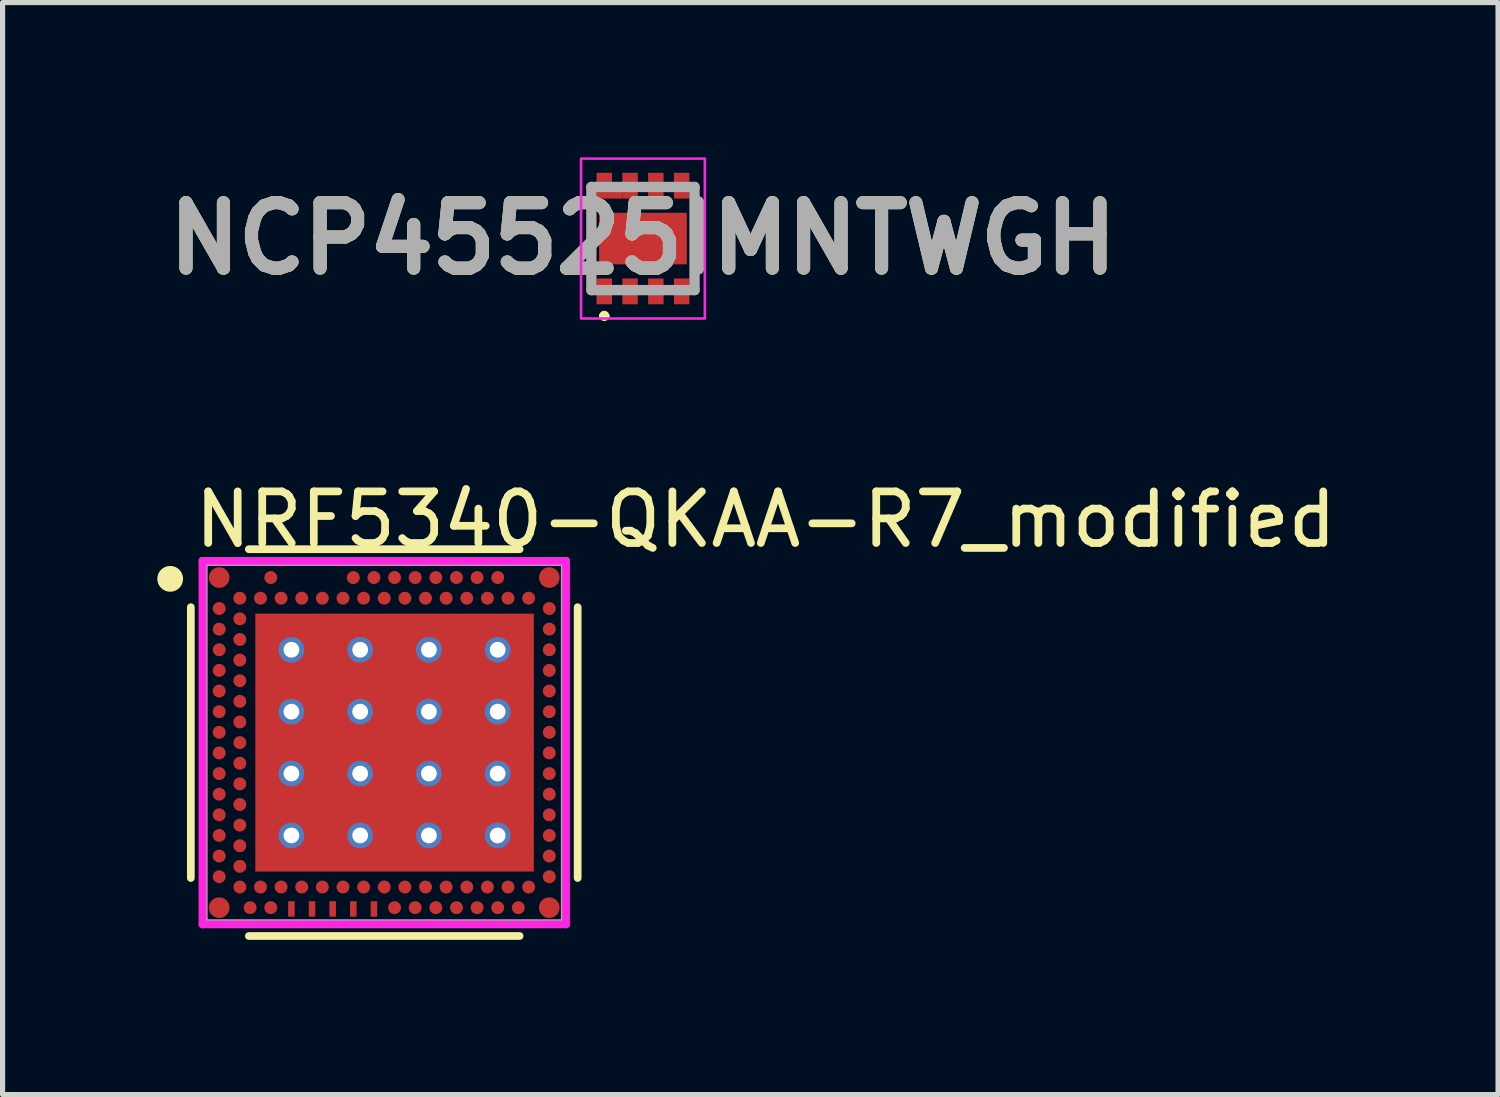
<source format=kicad_pcb>
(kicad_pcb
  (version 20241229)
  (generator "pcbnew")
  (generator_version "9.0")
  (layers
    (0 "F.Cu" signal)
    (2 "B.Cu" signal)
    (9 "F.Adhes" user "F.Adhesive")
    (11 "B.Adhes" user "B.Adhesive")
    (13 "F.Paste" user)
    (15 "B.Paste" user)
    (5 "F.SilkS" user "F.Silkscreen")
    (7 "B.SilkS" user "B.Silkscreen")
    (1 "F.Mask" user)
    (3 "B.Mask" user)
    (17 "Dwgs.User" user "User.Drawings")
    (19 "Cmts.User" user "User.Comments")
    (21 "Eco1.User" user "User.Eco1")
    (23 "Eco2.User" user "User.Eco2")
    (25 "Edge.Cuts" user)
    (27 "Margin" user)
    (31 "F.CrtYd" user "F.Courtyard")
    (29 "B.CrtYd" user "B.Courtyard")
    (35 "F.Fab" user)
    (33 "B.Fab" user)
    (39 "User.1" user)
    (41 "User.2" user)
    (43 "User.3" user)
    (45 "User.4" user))
  (footprint "NCP45525IMNTWGH"
    (layer "F.Cu")
    (at 9.416 1.575)
    (property "Reference" "NCP45525IMNTWGH" (at 0 0 0) (layer "F.SilkS") (effects (font (size 1.27 1.27) (thickness 0.254))))
    (attr smd)
    (fp_line (start -0.8 1.5) (end -0.8 1.5) (stroke (width 0.1) (type solid)) (layer "F.SilkS"))
    (fp_line (start -0.7 1.5) (end -0.7 1.5) (stroke (width 0.1) (type solid)) (layer "F.SilkS"))
    (fp_arc (start -0.8 1.5) (mid -0.75 1.45) (end -0.7 1.5) (stroke (width 0.1) (type solid)) (layer "F.SilkS"))
    (fp_arc (start -0.7 1.5) (mid -0.75 1.55) (end -0.8 1.5) (stroke (width 0.1) (type solid)) (layer "F.SilkS"))
    (fp_rect (start -1.2 -1.55) (end 1.2 1.55) (stroke (width 0.05) (type default)) (fill no) (layer "F.CrtYd"))
    (fp_line (start -1 -1) (end -1 1) (stroke (width 0.2) (type solid)) (layer "F.Fab"))
    (fp_line (start -1 1) (end 1 1) (stroke (width 0.2) (type solid)) (layer "F.Fab"))
    (fp_line (start 1 -1) (end -1 -1) (stroke (width 0.2) (type solid)) (layer "F.Fab"))
    (fp_line (start 1 1) (end 1 -1) (stroke (width 0.2) (type solid)) (layer "F.Fab"))
    (fp_text user "${REFERENCE}" (at 0 0 0) (layer "F.Fab") (effects (font (size 1.27 1.27) (thickness 0.254))))
    (pad "1" smd rect (at -0.75 1.025) (size 0.3 0.5) (layers "F.Cu" "F.Mask" "F.Paste"))
    (pad "2" smd rect (at -0.25 1.025) (size 0.3 0.5) (layers "F.Cu" "F.Mask" "F.Paste"))
    (pad "3" smd rect (at 0.25 1.025) (size 0.3 0.5) (layers "F.Cu" "F.Mask" "F.Paste"))
    (pad "4" smd rect (at 0.75 1.025) (size 0.3 0.5) (layers "F.Cu" "F.Mask" "F.Paste"))
    (pad "5" smd rect (at 0.75 -1.025) (size 0.3 0.5) (layers "F.Cu" "F.Mask" "F.Paste"))
    (pad "6" smd rect (at 0.25 -1.025) (size 0.3 0.5) (layers "F.Cu" "F.Mask" "F.Paste"))
    (pad "7" smd rect (at -0.25 -1.025) (size 0.3 0.5) (layers "F.Cu" "F.Mask" "F.Paste"))
    (pad "8" smd custom (at -0.75 -1.025) (size 0.3 0.5) (layers "F.Cu" "F.Mask" "F.Paste") (options (anchor rect)) (primitives (gr_poly (pts (xy 0.15 0.25) (xy 0.35 0.25) (xy 0.35 0) (xy 0.15 0)) (width 0) (fill yes))))
    (pad "9" smd rect (at 0 0 90) (size 1 1.7) (layers "F.Cu" "F.Mask" "F.Paste")))
  (footprint "NRF5340-QKAA-R7_modified"
    (layer "F.Cu")
    (at 4.4 11.348)
    (property "Reference" "NRF5340-QKAA-R7_modified" (at -3.75 -4.325 0) (layer "F.SilkS") (effects (font (size 1 1) (thickness 0.15)) (justify left)))
    (attr smd)
    (fp_line (start -3.75 2.625) (end -3.75 -2.625) (stroke (width 0.15) (type solid)) (layer "F.SilkS"))
    (fp_line (start -2.625 -3.75) (end 2.625 -3.75) (stroke (width 0.15) (type solid)) (layer "F.SilkS"))
    (fp_line (start -2.625 3.75) (end 2.625 3.75) (stroke (width 0.15) (type solid)) (layer "F.SilkS"))
    (fp_line (start 3.75 2.625) (end 3.75 -2.625) (stroke (width 0.15) (type solid)) (layer "F.SilkS"))
    (fp_circle (center -4.15 -3.175) (end -4.025 -3.175) (stroke (width 0.25) (type solid)) (fill no) (layer "F.SilkS"))
    (fp_line (start -3.525 -3.525) (end -3.525 3.525) (stroke (width 0.15) (type solid)) (layer "F.CrtYd"))
    (fp_line (start -3.525 3.525) (end 3.525 3.525) (stroke (width 0.15) (type solid)) (layer "F.CrtYd"))
    (fp_line (start 3.525 -3.525) (end -3.525 -3.525) (stroke (width 0.15) (type solid)) (layer "F.CrtYd"))
    (fp_line (start 3.525 -3.525) (end 3.525 -3.525) (stroke (width 0.15) (type solid)) (layer "F.CrtYd"))
    (fp_line (start 3.525 3.525) (end 3.525 -3.525) (stroke (width 0.15) (type solid)) (layer "F.CrtYd"))
    (fp_line (start -3.5 -3.5) (end 3.5 -3.5) (stroke (width 0.15) (type solid)) (layer "F.Fab"))
    (fp_line (start -3.5 3.5) (end -3.5 -3.5) (stroke (width 0.15) (type solid)) (layer "F.Fab"))
    (fp_line (start 3.5 -3.5) (end 3.5 3.5) (stroke (width 0.15) (type solid)) (layer "F.Fab"))
    (fp_line (start 3.5 3.5) (end -3.5 3.5) (stroke (width 0.15) (type solid)) (layer "F.Fab"))
    (pad "" smd rect (at -1.75 -1.8) (size 1.1 1) (layers "F.Paste"))
    (pad "" smd rect (at -1.75 -0.6) (size 1.1 1) (layers "F.Paste"))
    (pad "" smd rect (at -1.75 0.6) (size 1.1 1) (layers "F.Paste"))
    (pad "" smd rect (at -1.75 1.8) (size 1.1 1) (layers "F.Paste"))
    (pad "" smd rect (at -0.45 -1.8) (size 1.1 1) (layers "F.Paste"))
    (pad "" smd rect (at -0.45 -0.6) (size 1.1 1) (layers "F.Paste"))
    (pad "" smd rect (at -0.45 0.6) (size 1.1 1) (layers "F.Paste"))
    (pad "" smd rect (at -0.45 1.8) (size 1.1 1) (layers "F.Paste"))
    (pad "" smd rect (at 0.85 -1.8) (size 1.1 1) (layers "F.Paste"))
    (pad "" smd rect (at 0.85 -0.6) (size 1.1 1) (layers "F.Paste"))
    (pad "" smd rect (at 0.85 0.6) (size 1.1 1) (layers "F.Paste"))
    (pad "" smd rect (at 0.85 1.8) (size 1.1 1) (layers "F.Paste"))
    (pad "" smd rect (at 2.15 -1.8) (size 1.1 1) (layers "F.Paste"))
    (pad "" smd rect (at 2.15 -0.6) (size 1.1 1) (layers "F.Paste"))
    (pad "" smd rect (at 2.15 0.6) (size 1.1 1) (layers "F.Paste"))
    (pad "" smd rect (at 2.15 1.8) (size 1.1 1) (layers "F.Paste"))
    (pad "1" thru_hole circle (at -1.8 -1.8) (size 0.5 0.5) (drill 0.305) (layers "*.Cu"))
    (pad "1" thru_hole circle (at -1.8 -0.6) (size 0.5 0.5) (drill 0.305) (layers "*.Cu"))
    (pad "1" thru_hole circle (at -1.8 0.6) (size 0.5 0.5) (drill 0.305) (layers "*.Cu"))
    (pad "1" thru_hole circle (at -1.8 1.8) (size 0.5 0.5) (drill 0.305) (layers "*.Cu"))
    (pad "1" thru_hole circle (at -0.467 -1.8) (size 0.5 0.5) (drill 0.305) (layers "*.Cu"))
    (pad "1" thru_hole circle (at -0.467 -0.6) (size 0.5 0.5) (drill 0.305) (layers "*.Cu"))
    (pad "1" thru_hole circle (at -0.467 0.6) (size 0.5 0.5) (drill 0.305) (layers "*.Cu"))
    (pad "1" thru_hole circle (at -0.467 1.8) (size 0.5 0.5) (drill 0.305) (layers "*.Cu"))
    (pad "1" smd rect (at 0.2 0) (size 5.4 5) (layers "F.Cu" "F.Mask"))
    (pad "1" thru_hole circle (at 0.866 -1.8) (size 0.5 0.5) (drill 0.305) (layers "*.Cu"))
    (pad "1" thru_hole circle (at 0.866 -0.6) (size 0.5 0.5) (drill 0.305) (layers "*.Cu"))
    (pad "1" thru_hole circle (at 0.866 0.6) (size 0.5 0.5) (drill 0.305) (layers "*.Cu"))
    (pad "1" thru_hole circle (at 0.866 1.8) (size 0.5 0.5) (drill 0.305) (layers "*.Cu"))
    (pad "1" thru_hole circle (at 2.199 -1.8) (size 0.5 0.5) (drill 0.305) (layers "*.Cu"))
    (pad "1" thru_hole circle (at 2.199 -0.6) (size 0.5 0.5) (drill 0.305) (layers "*.Cu"))
    (pad "1" thru_hole circle (at 2.199 0.6) (size 0.5 0.5) (drill 0.305) (layers "*.Cu"))
    (pad "1" thru_hole circle (at 2.199 1.8) (size 0.5 0.5) (drill 0.305) (layers "*.Cu"))
    (pad "A1" smd circle (at -3.2 -3.2) (size 0.4 0.4) (layers "F.Cu" "F.Mask" "F.Paste"))
    (pad "A5" smd circle (at -2.2 -3.2) (size 0.25 0.25) (layers "F.Cu" "F.Mask" "F.Paste"))
    (pad "A13" smd circle (at -0.6 -3.2) (size 0.25 0.25) (layers "F.Cu" "F.Mask" "F.Paste"))
    (pad "A15" smd circle (at -0.2 -3.2) (size 0.25 0.25) (layers "F.Cu" "F.Mask" "F.Paste"))
    (pad "A17" smd circle (at 0.2 -3.2) (size 0.25 0.25) (layers "F.Cu" "F.Mask" "F.Paste"))
    (pad "A19" smd circle (at 0.6 -3.2) (size 0.25 0.25) (layers "F.Cu" "F.Mask" "F.Paste"))
    (pad "A21" smd circle (at 1 -3.2) (size 0.25 0.25) (layers "F.Cu" "F.Mask" "F.Paste"))
    (pad "A23" smd circle (at 1.4 -3.2) (size 0.25 0.25) (layers "F.Cu" "F.Mask" "F.Paste"))
    (pad "A25" smd circle (at 1.8 -3.2) (size 0.25 0.25) (layers "F.Cu" "F.Mask" "F.Paste"))
    (pad "A27" smd circle (at 2.2 -3.2) (size 0.25 0.25) (layers "F.Cu" "F.Mask" "F.Paste"))
    (pad "A31" smd circle (at 3.2 -3.2) (size 0.4 0.4) (layers "F.Cu" "F.Mask" "F.Paste"))
    (pad "AA1" smd circle (at -3.2 1) (size 0.25 0.25) (layers "F.Cu" "F.Mask" "F.Paste"))
    (pad "AA31" smd circle (at 3.2 1) (size 0.25 0.25) (layers "F.Cu" "F.Mask" "F.Paste"))
    (pad "AB2" smd circle (at -2.8 1.2) (size 0.25 0.25) (layers "F.Cu" "F.Mask" "F.Paste"))
    (pad "AC1" smd circle (at -3.2 1.4) (size 0.25 0.25) (layers "F.Cu" "F.Mask" "F.Paste"))
    (pad "AC31" smd circle (at 3.2 1.4) (size 0.25 0.25) (layers "F.Cu" "F.Mask" "F.Paste"))
    (pad "AD2" smd circle (at -2.8 1.6) (size 0.25 0.25) (layers "F.Cu" "F.Mask" "F.Paste"))
    (pad "AE1" smd circle (at -3.2 1.8) (size 0.25 0.25) (layers "F.Cu" "F.Mask" "F.Paste"))
    (pad "AE31" smd circle (at 3.2 1.8) (size 0.25 0.25) (layers "F.Cu" "F.Mask" "F.Paste"))
    (pad "AF2" smd circle (at -2.8 2) (size 0.25 0.25) (layers "F.Cu" "F.Mask" "F.Paste"))
    (pad "AG1" smd circle (at -3.2 2.2) (size 0.25 0.25) (layers "F.Cu" "F.Mask" "F.Paste"))
    (pad "AG31" smd circle (at 3.2 2.2) (size 0.25 0.25) (layers "F.Cu" "F.Mask" "F.Paste"))
    (pad "AH2" smd circle (at -2.8 2.4) (size 0.25 0.25) (layers "F.Cu" "F.Mask" "F.Paste"))
    (pad "AJ1" smd circle (at -3.2 2.6) (size 0.25 0.25) (layers "F.Cu" "F.Mask" "F.Paste"))
    (pad "AJ31" smd circle (at 3.2 2.6) (size 0.25 0.25) (layers "F.Cu" "F.Mask" "F.Paste"))
    (pad "AK2" smd circle (at -2.8 2.8) (size 0.25 0.25) (layers "F.Cu" "F.Mask" "F.Paste"))
    (pad "AK4" smd circle (at -2.4 2.8) (size 0.25 0.25) (layers "F.Cu" "F.Mask" "F.Paste"))
    (pad "AK6" smd circle (at -2 2.8) (size 0.25 0.25) (layers "F.Cu" "F.Mask" "F.Paste"))
    (pad "AK8" smd circle (at -1.6 2.8) (size 0.25 0.25) (layers "F.Cu" "F.Mask" "F.Paste"))
    (pad "AK10" smd circle (at -1.2 2.8) (size 0.25 0.25) (layers "F.Cu" "F.Mask" "F.Paste"))
    (pad "AK12" smd circle (at -0.8 2.8) (size 0.25 0.25) (layers "F.Cu" "F.Mask" "F.Paste"))
    (pad "AK14" smd circle (at -0.4 2.8) (size 0.25 0.25) (layers "F.Cu" "F.Mask" "F.Paste"))
    (pad "AK16" smd circle (at 0 2.8) (size 0.25 0.25) (layers "F.Cu" "F.Mask" "F.Paste"))
    (pad "AK18" smd circle (at 0.4 2.8) (size 0.25 0.25) (layers "F.Cu" "F.Mask" "F.Paste"))
    (pad "AK20" smd circle (at 0.8 2.8) (size 0.25 0.25) (layers "F.Cu" "F.Mask" "F.Paste"))
    (pad "AK22" smd circle (at 1.2 2.8) (size 0.25 0.25) (layers "F.Cu" "F.Mask" "F.Paste"))
    (pad "AK24" smd circle (at 1.6 2.8) (size 0.25 0.25) (layers "F.Cu" "F.Mask" "F.Paste"))
    (pad "AK26" smd circle (at 2 2.8) (size 0.25 0.25) (layers "F.Cu" "F.Mask" "F.Paste"))
    (pad "AK28" smd circle (at 2.4 2.8) (size 0.25 0.25) (layers "F.Cu" "F.Mask" "F.Paste"))
    (pad "AK30" smd circle (at 2.8 2.8) (size 0.25 0.25) (layers "F.Cu" "F.Mask" "F.Paste"))
    (pad "AL1" smd circle (at -3.2 3.2) (size 0.4 0.4) (layers "F.Cu" "F.Mask" "F.Paste"))
    (pad "AL3" smd circle (at -2.6 3.2) (size 0.25 0.25) (layers "F.Cu" "F.Mask" "F.Paste"))
    (pad "AL5" smd circle (at -2.2 3.2) (size 0.25 0.25) (layers "F.Cu" "F.Mask" "F.Paste"))
    (pad "AL7" smd roundrect (at -1.8 3.225) (size 0.127 0.3) (layers "F.Cu" "F.Mask" "F.Paste") (roundrect_rratio 0.1))
    (pad "AL9" smd roundrect (at -1.4 3.225) (size 0.127 0.3) (layers "F.Cu" "F.Mask" "F.Paste") (roundrect_rratio 0.1))
    (pad "AL11" smd roundrect (at -1 3.225) (size 0.127 0.3) (layers "F.Cu" "F.Mask" "F.Paste") (roundrect_rratio 0.1))
    (pad "AL13" smd roundrect (at -0.6 3.225) (size 0.127 0.3) (layers "F.Cu" "F.Mask" "F.Paste") (roundrect_rratio 0.1))
    (pad "AL15" smd roundrect (at -0.2 3.225) (size 0.127 0.3) (layers "F.Cu" "F.Mask" "F.Paste") (roundrect_rratio 0.1))
    (pad "AL17" smd circle (at 0.2 3.2) (size 0.25 0.25) (layers "F.Cu" "F.Mask" "F.Paste"))
    (pad "AL19" smd circle (at 0.6 3.2) (size 0.25 0.25) (layers "F.Cu" "F.Mask" "F.Paste"))
    (pad "AL21" smd circle (at 1 3.2) (size 0.25 0.25) (layers "F.Cu" "F.Mask" "F.Paste"))
    (pad "AL23" smd circle (at 1.4 3.2) (size 0.25 0.25) (layers "F.Cu" "F.Mask" "F.Paste"))
    (pad "AL25" smd circle (at 1.8 3.2) (size 0.25 0.25) (layers "F.Cu" "F.Mask" "F.Paste"))
    (pad "AL27" smd circle (at 2.2 3.2) (size 0.25 0.25) (layers "F.Cu" "F.Mask" "F.Paste"))
    (pad "AL29" smd circle (at 2.6 3.2) (size 0.25 0.25) (layers "F.Cu" "F.Mask" "F.Paste"))
    (pad "AL31" smd circle (at 3.2 3.2) (size 0.4 0.4) (layers "F.Cu" "F.Mask" "F.Paste"))
    (pad "B2" smd circle (at -2.8 -2.8) (size 0.25 0.25) (layers "F.Cu" "F.Mask" "F.Paste"))
    (pad "B4" smd circle (at -2.4 -2.8) (size 0.25 0.25) (layers "F.Cu" "F.Mask" "F.Paste"))
    (pad "B6" smd circle (at -2 -2.8) (size 0.25 0.25) (layers "F.Cu" "F.Mask" "F.Paste"))
    (pad "B8" smd circle (at -1.6 -2.8) (size 0.25 0.25) (layers "F.Cu" "F.Mask" "F.Paste"))
    (pad "B10" smd circle (at -1.2 -2.8) (size 0.25 0.25) (layers "F.Cu" "F.Mask" "F.Paste"))
    (pad "B12" smd circle (at -0.8 -2.8) (size 0.25 0.25) (layers "F.Cu" "F.Mask" "F.Paste"))
    (pad "B14" smd circle (at -0.4 -2.8) (size 0.25 0.25) (layers "F.Cu" "F.Mask" "F.Paste"))
    (pad "B16" smd circle (at 0 -2.8) (size 0.25 0.25) (layers "F.Cu" "F.Mask" "F.Paste"))
    (pad "B18" smd circle (at 0.4 -2.8) (size 0.25 0.25) (layers "F.Cu" "F.Mask" "F.Paste"))
    (pad "B20" smd circle (at 0.8 -2.8) (size 0.25 0.25) (layers "F.Cu" "F.Mask" "F.Paste"))
    (pad "B22" smd circle (at 1.2 -2.8) (size 0.25 0.25) (layers "F.Cu" "F.Mask" "F.Paste"))
    (pad "B24" smd circle (at 1.6 -2.8) (size 0.25 0.25) (layers "F.Cu" "F.Mask" "F.Paste"))
    (pad "B26" smd circle (at 2 -2.8) (size 0.25 0.25) (layers "F.Cu" "F.Mask" "F.Paste"))
    (pad "B28" smd circle (at 2.4 -2.8) (size 0.25 0.25) (layers "F.Cu" "F.Mask" "F.Paste"))
    (pad "B30" smd circle (at 2.8 -2.8) (size 0.25 0.25) (layers "F.Cu" "F.Mask" "F.Paste"))
    (pad "C1" smd circle (at -3.2 -2.6) (size 0.25 0.25) (layers "F.Cu" "F.Mask" "F.Paste"))
    (pad "C31" smd circle (at 3.2 -2.6) (size 0.25 0.25) (layers "F.Cu" "F.Mask" "F.Paste"))
    (pad "D2" smd circle (at -2.8 -2.4) (size 0.25 0.25) (layers "F.Cu" "F.Mask" "F.Paste"))
    (pad "E1" smd circle (at -3.2 -2.2) (size 0.25 0.25) (layers "F.Cu" "F.Mask" "F.Paste"))
    (pad "E31" smd circle (at 3.2 -2.2) (size 0.25 0.25) (layers "F.Cu" "F.Mask" "F.Paste"))
    (pad "F2" smd circle (at -2.8 -2) (size 0.25 0.25) (layers "F.Cu" "F.Mask" "F.Paste"))
    (pad "G1" smd circle (at -3.2 -1.8) (size 0.25 0.25) (layers "F.Cu" "F.Mask" "F.Paste"))
    (pad "G31" smd circle (at 3.2 -1.8) (size 0.25 0.25) (layers "F.Cu" "F.Mask" "F.Paste"))
    (pad "H2" smd circle (at -2.8 -1.6) (size 0.25 0.25) (layers "F.Cu" "F.Mask" "F.Paste"))
    (pad "J1" smd circle (at -3.2 -1.4) (size 0.25 0.25) (layers "F.Cu" "F.Mask" "F.Paste"))
    (pad "J31" smd circle (at 3.2 -1.4) (size 0.25 0.25) (layers "F.Cu" "F.Mask" "F.Paste"))
    (pad "K2" smd circle (at -2.8 -1.2) (size 0.25 0.25) (layers "F.Cu" "F.Mask" "F.Paste"))
    (pad "L1" smd circle (at -3.2 -1) (size 0.25 0.25) (layers "F.Cu" "F.Mask" "F.Paste"))
    (pad "L31" smd circle (at 3.2 -1) (size 0.25 0.25) (layers "F.Cu" "F.Mask" "F.Paste"))
    (pad "M2" smd circle (at -2.8 -0.8) (size 0.25 0.25) (layers "F.Cu" "F.Mask" "F.Paste"))
    (pad "N1" smd circle (at -3.2 -0.6) (size 0.25 0.25) (layers "F.Cu" "F.Mask" "F.Paste"))
    (pad "N31" smd circle (at 3.2 -0.6) (size 0.25 0.25) (layers "F.Cu" "F.Mask" "F.Paste"))
    (pad "P2" smd circle (at -2.8 -0.4) (size 0.25 0.25) (layers "F.Cu" "F.Mask" "F.Paste"))
    (pad "R1" smd circle (at -3.2 -0.2) (size 0.25 0.25) (layers "F.Cu" "F.Mask" "F.Paste"))
    (pad "R31" smd circle (at 3.2 -0.2) (size 0.25 0.25) (layers "F.Cu" "F.Mask" "F.Paste"))
    (pad "T2" smd circle (at -2.8 0) (size 0.25 0.25) (layers "F.Cu" "F.Mask" "F.Paste"))
    (pad "U1" smd circle (at -3.2 0.2) (size 0.25 0.25) (layers "F.Cu" "F.Mask" "F.Paste"))
    (pad "U31" smd circle (at 3.2 0.2) (size 0.25 0.25) (layers "F.Cu" "F.Mask" "F.Paste"))
    (pad "V2" smd circle (at -2.8 0.4) (size 0.25 0.25) (layers "F.Cu" "F.Mask" "F.Paste"))
    (pad "W1" smd circle (at -3.2 0.6) (size 0.25 0.25) (layers "F.Cu" "F.Mask" "F.Paste"))
    (pad "W31" smd circle (at 3.2 0.6) (size 0.25 0.25) (layers "F.Cu" "F.Mask" "F.Paste"))
    (pad "Y2" smd circle (at -2.8 0.8) (size 0.25 0.25) (layers "F.Cu" "F.Mask" "F.Paste")))
  (gr_rect
    (start -3 -3)
    (end 25.995 18.173)
    (stroke (width 0.1) (type default))
    (fill no)
    (layer "Edge.Cuts")))
</source>
